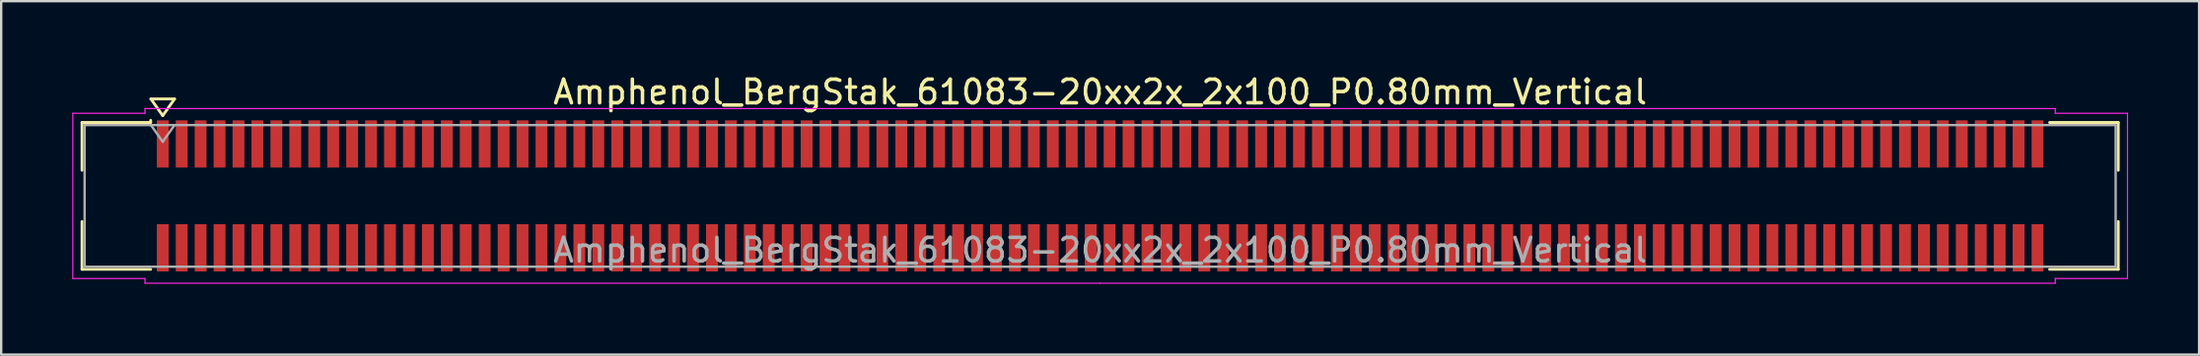
<source format=kicad_pcb>
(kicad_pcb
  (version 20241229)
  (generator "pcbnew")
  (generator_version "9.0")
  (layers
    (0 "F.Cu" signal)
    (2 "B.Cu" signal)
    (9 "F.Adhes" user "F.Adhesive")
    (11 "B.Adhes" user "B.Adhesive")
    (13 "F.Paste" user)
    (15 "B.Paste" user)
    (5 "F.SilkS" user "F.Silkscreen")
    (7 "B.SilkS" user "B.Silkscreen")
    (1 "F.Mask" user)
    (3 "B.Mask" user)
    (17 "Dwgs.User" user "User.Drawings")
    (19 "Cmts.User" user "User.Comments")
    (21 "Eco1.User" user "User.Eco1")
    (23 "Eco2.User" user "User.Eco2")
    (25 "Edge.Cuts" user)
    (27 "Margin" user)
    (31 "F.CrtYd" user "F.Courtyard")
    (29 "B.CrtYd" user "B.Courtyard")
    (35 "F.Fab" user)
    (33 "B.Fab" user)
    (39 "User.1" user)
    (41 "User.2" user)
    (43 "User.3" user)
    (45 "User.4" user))
  (footprint "Amphenol_BergStak_61083-20xx2x_2x100_P0.80mm_Vertical"
    (layer "F.Cu")
    (at 43.425 5.248)
    (property "Reference" "Amphenol_BergStak_61083-20xx2x_2x100_P0.80mm_Vertical" (at 0 -4.4 0) (layer "F.SilkS") (effects (font (size 1 1) (thickness 0.15))))
    (attr smd)
    (fp_line (start -43.01 -3.11) (end -40.11 -3.11) (stroke (width 0.12) (type solid)) (layer "F.SilkS"))
    (fp_line (start -43.01 -1.085) (end -43.01 -3.11) (stroke (width 0.12) (type solid)) (layer "F.SilkS"))
    (fp_line (start -43.01 1.085) (end -43.01 3.11) (stroke (width 0.12) (type solid)) (layer "F.SilkS"))
    (fp_line (start -43.01 3.11) (end -40.11 3.11) (stroke (width 0.12) (type solid)) (layer "F.SilkS"))
    (fp_line (start -40.11 -3.11) (end -40.11 -3.2) (stroke (width 0.12) (type solid)) (layer "F.SilkS"))
    (fp_line (start -40.1 -4.107) (end -39.6 -3.4) (stroke (width 0.12) (type solid)) (layer "F.SilkS"))
    (fp_line (start -39.6 -3.4) (end -39.1 -4.107) (stroke (width 0.12) (type solid)) (layer "F.SilkS"))
    (fp_line (start -39.1 -4.107) (end -40.1 -4.107) (stroke (width 0.12) (type solid)) (layer "F.SilkS"))
    (fp_line (start 43.01 -3.11) (end 40.11 -3.11) (stroke (width 0.12) (type solid)) (layer "F.SilkS"))
    (fp_line (start 43.01 -1.085) (end 43.01 -3.11) (stroke (width 0.12) (type solid)) (layer "F.SilkS"))
    (fp_line (start 43.01 1.085) (end 43.01 3.11) (stroke (width 0.12) (type solid)) (layer "F.SilkS"))
    (fp_line (start 43.01 3.11) (end 40.11 3.11) (stroke (width 0.12) (type solid)) (layer "F.SilkS"))
    (fp_line (start -43.4 -3.5) (end -43.4 3.5) (stroke (width 0.05) (type solid)) (layer "F.CrtYd"))
    (fp_line (start -43.4 3.5) (end -40.35 3.5) (stroke (width 0.05) (type solid)) (layer "F.CrtYd"))
    (fp_line (start -40.35 -3.7) (end -40.35 -3.5) (stroke (width 0.05) (type solid)) (layer "F.CrtYd"))
    (fp_line (start -40.35 -3.5) (end -43.4 -3.5) (stroke (width 0.05) (type solid)) (layer "F.CrtYd"))
    (fp_line (start -40.35 3.5) (end -40.35 3.7) (stroke (width 0.05) (type solid)) (layer "F.CrtYd"))
    (fp_line (start -40.35 3.7) (end 0 3.7) (stroke (width 0.05) (type solid)) (layer "F.CrtYd"))
    (fp_line (start 0 -3.7) (end -40.35 -3.7) (stroke (width 0.05) (type solid)) (layer "F.CrtYd"))
    (fp_line (start 0 -3.7) (end 40.35 -3.7) (stroke (width 0.05) (type solid)) (layer "F.CrtYd"))
    (fp_line (start 40.35 -3.7) (end 40.35 -3.5) (stroke (width 0.05) (type solid)) (layer "F.CrtYd"))
    (fp_line (start 40.35 -3.5) (end 43.4 -3.5) (stroke (width 0.05) (type solid)) (layer "F.CrtYd"))
    (fp_line (start 40.35 3.5) (end 40.35 3.7) (stroke (width 0.05) (type solid)) (layer "F.CrtYd"))
    (fp_line (start 40.35 3.7) (end 0 3.7) (stroke (width 0.05) (type solid)) (layer "F.CrtYd"))
    (fp_line (start 43.4 -3.5) (end 43.4 3.5) (stroke (width 0.05) (type solid)) (layer "F.CrtYd"))
    (fp_line (start 43.4 3.5) (end 40.35 3.5) (stroke (width 0.05) (type solid)) (layer "F.CrtYd"))
    (fp_line (start -42.9 -3) (end -42.9 3) (stroke (width 0.1) (type solid)) (layer "F.Fab"))
    (fp_line (start -42.9 3) (end 42.9 3) (stroke (width 0.1) (type solid)) (layer "F.Fab"))
    (fp_line (start -40.1 -3) (end -39.6 -2.293) (stroke (width 0.1) (type solid)) (layer "F.Fab"))
    (fp_line (start -39.6 -2.293) (end -39.1 -3) (stroke (width 0.1) (type solid)) (layer "F.Fab"))
    (fp_line (start 42.9 -3) (end -42.9 -3) (stroke (width 0.1) (type solid)) (layer "F.Fab"))
    (fp_line (start 42.9 3) (end 42.9 -3) (stroke (width 0.1) (type solid)) (layer "F.Fab"))
    (fp_text user "${REFERENCE}" (at 0 2.3 0) (layer "F.Fab") (effects (font (size 1 1) (thickness 0.15))))
    (pad "1" smd rect (at -39.6 -2.2) (size 0.5 2) (layers "F.Cu" "F.Mask" "F.Paste"))
    (pad "2" smd rect (at -39.6 2.2) (size 0.5 2) (layers "F.Cu" "F.Mask" "F.Paste"))
    (pad "3" smd rect (at -38.8 -2.2) (size 0.5 2) (layers "F.Cu" "F.Mask" "F.Paste"))
    (pad "4" smd rect (at -38.8 2.2) (size 0.5 2) (layers "F.Cu" "F.Mask" "F.Paste"))
    (pad "5" smd rect (at -38 -2.2) (size 0.5 2) (layers "F.Cu" "F.Mask" "F.Paste"))
    (pad "6" smd rect (at -38 2.2) (size 0.5 2) (layers "F.Cu" "F.Mask" "F.Paste"))
    (pad "7" smd rect (at -37.2 -2.2) (size 0.5 2) (layers "F.Cu" "F.Mask" "F.Paste"))
    (pad "8" smd rect (at -37.2 2.2) (size 0.5 2) (layers "F.Cu" "F.Mask" "F.Paste"))
    (pad "9" smd rect (at -36.4 -2.2) (size 0.5 2) (layers "F.Cu" "F.Mask" "F.Paste"))
    (pad "10" smd rect (at -36.4 2.2) (size 0.5 2) (layers "F.Cu" "F.Mask" "F.Paste"))
    (pad "11" smd rect (at -35.6 -2.2) (size 0.5 2) (layers "F.Cu" "F.Mask" "F.Paste"))
    (pad "12" smd rect (at -35.6 2.2) (size 0.5 2) (layers "F.Cu" "F.Mask" "F.Paste"))
    (pad "13" smd rect (at -34.8 -2.2) (size 0.5 2) (layers "F.Cu" "F.Mask" "F.Paste"))
    (pad "14" smd rect (at -34.8 2.2) (size 0.5 2) (layers "F.Cu" "F.Mask" "F.Paste"))
    (pad "15" smd rect (at -34 -2.2) (size 0.5 2) (layers "F.Cu" "F.Mask" "F.Paste"))
    (pad "16" smd rect (at -34 2.2) (size 0.5 2) (layers "F.Cu" "F.Mask" "F.Paste"))
    (pad "17" smd rect (at -33.2 -2.2) (size 0.5 2) (layers "F.Cu" "F.Mask" "F.Paste"))
    (pad "18" smd rect (at -33.2 2.2) (size 0.5 2) (layers "F.Cu" "F.Mask" "F.Paste"))
    (pad "19" smd rect (at -32.4 -2.2) (size 0.5 2) (layers "F.Cu" "F.Mask" "F.Paste"))
    (pad "20" smd rect (at -32.4 2.2) (size 0.5 2) (layers "F.Cu" "F.Mask" "F.Paste"))
    (pad "21" smd rect (at -31.6 -2.2) (size 0.5 2) (layers "F.Cu" "F.Mask" "F.Paste"))
    (pad "22" smd rect (at -31.6 2.2) (size 0.5 2) (layers "F.Cu" "F.Mask" "F.Paste"))
    (pad "23" smd rect (at -30.8 -2.2) (size 0.5 2) (layers "F.Cu" "F.Mask" "F.Paste"))
    (pad "24" smd rect (at -30.8 2.2) (size 0.5 2) (layers "F.Cu" "F.Mask" "F.Paste"))
    (pad "25" smd rect (at -30 -2.2) (size 0.5 2) (layers "F.Cu" "F.Mask" "F.Paste"))
    (pad "26" smd rect (at -30 2.2) (size 0.5 2) (layers "F.Cu" "F.Mask" "F.Paste"))
    (pad "27" smd rect (at -29.2 -2.2) (size 0.5 2) (layers "F.Cu" "F.Mask" "F.Paste"))
    (pad "28" smd rect (at -29.2 2.2) (size 0.5 2) (layers "F.Cu" "F.Mask" "F.Paste"))
    (pad "29" smd rect (at -28.4 -2.2) (size 0.5 2) (layers "F.Cu" "F.Mask" "F.Paste"))
    (pad "30" smd rect (at -28.4 2.2) (size 0.5 2) (layers "F.Cu" "F.Mask" "F.Paste"))
    (pad "31" smd rect (at -27.6 -2.2) (size 0.5 2) (layers "F.Cu" "F.Mask" "F.Paste"))
    (pad "32" smd rect (at -27.6 2.2) (size 0.5 2) (layers "F.Cu" "F.Mask" "F.Paste"))
    (pad "33" smd rect (at -26.8 -2.2) (size 0.5 2) (layers "F.Cu" "F.Mask" "F.Paste"))
    (pad "34" smd rect (at -26.8 2.2) (size 0.5 2) (layers "F.Cu" "F.Mask" "F.Paste"))
    (pad "35" smd rect (at -26 -2.2) (size 0.5 2) (layers "F.Cu" "F.Mask" "F.Paste"))
    (pad "36" smd rect (at -26 2.2) (size 0.5 2) (layers "F.Cu" "F.Mask" "F.Paste"))
    (pad "37" smd rect (at -25.2 -2.2) (size 0.5 2) (layers "F.Cu" "F.Mask" "F.Paste"))
    (pad "38" smd rect (at -25.2 2.2) (size 0.5 2) (layers "F.Cu" "F.Mask" "F.Paste"))
    (pad "39" smd rect (at -24.4 -2.2) (size 0.5 2) (layers "F.Cu" "F.Mask" "F.Paste"))
    (pad "40" smd rect (at -24.4 2.2) (size 0.5 2) (layers "F.Cu" "F.Mask" "F.Paste"))
    (pad "41" smd rect (at -23.6 -2.2) (size 0.5 2) (layers "F.Cu" "F.Mask" "F.Paste"))
    (pad "42" smd rect (at -23.6 2.2) (size 0.5 2) (layers "F.Cu" "F.Mask" "F.Paste"))
    (pad "43" smd rect (at -22.8 -2.2) (size 0.5 2) (layers "F.Cu" "F.Mask" "F.Paste"))
    (pad "44" smd rect (at -22.8 2.2) (size 0.5 2) (layers "F.Cu" "F.Mask" "F.Paste"))
    (pad "45" smd rect (at -22 -2.2) (size 0.5 2) (layers "F.Cu" "F.Mask" "F.Paste"))
    (pad "46" smd rect (at -22 2.2) (size 0.5 2) (layers "F.Cu" "F.Mask" "F.Paste"))
    (pad "47" smd rect (at -21.2 -2.2) (size 0.5 2) (layers "F.Cu" "F.Mask" "F.Paste"))
    (pad "48" smd rect (at -21.2 2.2) (size 0.5 2) (layers "F.Cu" "F.Mask" "F.Paste"))
    (pad "49" smd rect (at -20.4 -2.2) (size 0.5 2) (layers "F.Cu" "F.Mask" "F.Paste"))
    (pad "50" smd rect (at -20.4 2.2) (size 0.5 2) (layers "F.Cu" "F.Mask" "F.Paste"))
    (pad "51" smd rect (at -19.6 -2.2) (size 0.5 2) (layers "F.Cu" "F.Mask" "F.Paste"))
    (pad "52" smd rect (at -19.6 2.2) (size 0.5 2) (layers "F.Cu" "F.Mask" "F.Paste"))
    (pad "53" smd rect (at -18.8 -2.2) (size 0.5 2) (layers "F.Cu" "F.Mask" "F.Paste"))
    (pad "54" smd rect (at -18.8 2.2) (size 0.5 2) (layers "F.Cu" "F.Mask" "F.Paste"))
    (pad "55" smd rect (at -18 -2.2) (size 0.5 2) (layers "F.Cu" "F.Mask" "F.Paste"))
    (pad "56" smd rect (at -18 2.2) (size 0.5 2) (layers "F.Cu" "F.Mask" "F.Paste"))
    (pad "57" smd rect (at -17.2 -2.2) (size 0.5 2) (layers "F.Cu" "F.Mask" "F.Paste"))
    (pad "58" smd rect (at -17.2 2.2) (size 0.5 2) (layers "F.Cu" "F.Mask" "F.Paste"))
    (pad "59" smd rect (at -16.4 -2.2) (size 0.5 2) (layers "F.Cu" "F.Mask" "F.Paste"))
    (pad "60" smd rect (at -16.4 2.2) (size 0.5 2) (layers "F.Cu" "F.Mask" "F.Paste"))
    (pad "61" smd rect (at -15.6 -2.2) (size 0.5 2) (layers "F.Cu" "F.Mask" "F.Paste"))
    (pad "62" smd rect (at -15.6 2.2) (size 0.5 2) (layers "F.Cu" "F.Mask" "F.Paste"))
    (pad "63" smd rect (at -14.8 -2.2) (size 0.5 2) (layers "F.Cu" "F.Mask" "F.Paste"))
    (pad "64" smd rect (at -14.8 2.2) (size 0.5 2) (layers "F.Cu" "F.Mask" "F.Paste"))
    (pad "65" smd rect (at -14 -2.2) (size 0.5 2) (layers "F.Cu" "F.Mask" "F.Paste"))
    (pad "66" smd rect (at -14 2.2) (size 0.5 2) (layers "F.Cu" "F.Mask" "F.Paste"))
    (pad "67" smd rect (at -13.2 -2.2) (size 0.5 2) (layers "F.Cu" "F.Mask" "F.Paste"))
    (pad "68" smd rect (at -13.2 2.2) (size 0.5 2) (layers "F.Cu" "F.Mask" "F.Paste"))
    (pad "69" smd rect (at -12.4 -2.2) (size 0.5 2) (layers "F.Cu" "F.Mask" "F.Paste"))
    (pad "70" smd rect (at -12.4 2.2) (size 0.5 2) (layers "F.Cu" "F.Mask" "F.Paste"))
    (pad "71" smd rect (at -11.6 -2.2) (size 0.5 2) (layers "F.Cu" "F.Mask" "F.Paste"))
    (pad "72" smd rect (at -11.6 2.2) (size 0.5 2) (layers "F.Cu" "F.Mask" "F.Paste"))
    (pad "73" smd rect (at -10.8 -2.2) (size 0.5 2) (layers "F.Cu" "F.Mask" "F.Paste"))
    (pad "74" smd rect (at -10.8 2.2) (size 0.5 2) (layers "F.Cu" "F.Mask" "F.Paste"))
    (pad "75" smd rect (at -10 -2.2) (size 0.5 2) (layers "F.Cu" "F.Mask" "F.Paste"))
    (pad "76" smd rect (at -10 2.2) (size 0.5 2) (layers "F.Cu" "F.Mask" "F.Paste"))
    (pad "77" smd rect (at -9.2 -2.2) (size 0.5 2) (layers "F.Cu" "F.Mask" "F.Paste"))
    (pad "78" smd rect (at -9.2 2.2) (size 0.5 2) (layers "F.Cu" "F.Mask" "F.Paste"))
    (pad "79" smd rect (at -8.4 -2.2) (size 0.5 2) (layers "F.Cu" "F.Mask" "F.Paste"))
    (pad "80" smd rect (at -8.4 2.2) (size 0.5 2) (layers "F.Cu" "F.Mask" "F.Paste"))
    (pad "81" smd rect (at -7.6 -2.2) (size 0.5 2) (layers "F.Cu" "F.Mask" "F.Paste"))
    (pad "82" smd rect (at -7.6 2.2) (size 0.5 2) (layers "F.Cu" "F.Mask" "F.Paste"))
    (pad "83" smd rect (at -6.8 -2.2) (size 0.5 2) (layers "F.Cu" "F.Mask" "F.Paste"))
    (pad "84" smd rect (at -6.8 2.2) (size 0.5 2) (layers "F.Cu" "F.Mask" "F.Paste"))
    (pad "85" smd rect (at -6 -2.2) (size 0.5 2) (layers "F.Cu" "F.Mask" "F.Paste"))
    (pad "86" smd rect (at -6 2.2) (size 0.5 2) (layers "F.Cu" "F.Mask" "F.Paste"))
    (pad "87" smd rect (at -5.2 -2.2) (size 0.5 2) (layers "F.Cu" "F.Mask" "F.Paste"))
    (pad "88" smd rect (at -5.2 2.2) (size 0.5 2) (layers "F.Cu" "F.Mask" "F.Paste"))
    (pad "89" smd rect (at -4.4 -2.2) (size 0.5 2) (layers "F.Cu" "F.Mask" "F.Paste"))
    (pad "90" smd rect (at -4.4 2.2) (size 0.5 2) (layers "F.Cu" "F.Mask" "F.Paste"))
    (pad "91" smd rect (at -3.6 -2.2) (size 0.5 2) (layers "F.Cu" "F.Mask" "F.Paste"))
    (pad "92" smd rect (at -3.6 2.2) (size 0.5 2) (layers "F.Cu" "F.Mask" "F.Paste"))
    (pad "93" smd rect (at -2.8 -2.2) (size 0.5 2) (layers "F.Cu" "F.Mask" "F.Paste"))
    (pad "94" smd rect (at -2.8 2.2) (size 0.5 2) (layers "F.Cu" "F.Mask" "F.Paste"))
    (pad "95" smd rect (at -2 -2.2) (size 0.5 2) (layers "F.Cu" "F.Mask" "F.Paste"))
    (pad "96" smd rect (at -2 2.2) (size 0.5 2) (layers "F.Cu" "F.Mask" "F.Paste"))
    (pad "97" smd rect (at -1.2 -2.2) (size 0.5 2) (layers "F.Cu" "F.Mask" "F.Paste"))
    (pad "98" smd rect (at -1.2 2.2) (size 0.5 2) (layers "F.Cu" "F.Mask" "F.Paste"))
    (pad "99" smd rect (at -0.4 -2.2) (size 0.5 2) (layers "F.Cu" "F.Mask" "F.Paste"))
    (pad "100" smd rect (at -0.4 2.2) (size 0.5 2) (layers "F.Cu" "F.Mask" "F.Paste"))
    (pad "101" smd rect (at 0.4 -2.2) (size 0.5 2) (layers "F.Cu" "F.Mask" "F.Paste"))
    (pad "102" smd rect (at 0.4 2.2) (size 0.5 2) (layers "F.Cu" "F.Mask" "F.Paste"))
    (pad "103" smd rect (at 1.2 -2.2) (size 0.5 2) (layers "F.Cu" "F.Mask" "F.Paste"))
    (pad "104" smd rect (at 1.2 2.2) (size 0.5 2) (layers "F.Cu" "F.Mask" "F.Paste"))
    (pad "105" smd rect (at 2 -2.2) (size 0.5 2) (layers "F.Cu" "F.Mask" "F.Paste"))
    (pad "106" smd rect (at 2 2.2) (size 0.5 2) (layers "F.Cu" "F.Mask" "F.Paste"))
    (pad "107" smd rect (at 2.8 -2.2) (size 0.5 2) (layers "F.Cu" "F.Mask" "F.Paste"))
    (pad "108" smd rect (at 2.8 2.2) (size 0.5 2) (layers "F.Cu" "F.Mask" "F.Paste"))
    (pad "109" smd rect (at 3.6 -2.2) (size 0.5 2) (layers "F.Cu" "F.Mask" "F.Paste"))
    (pad "110" smd rect (at 3.6 2.2) (size 0.5 2) (layers "F.Cu" "F.Mask" "F.Paste"))
    (pad "111" smd rect (at 4.4 -2.2) (size 0.5 2) (layers "F.Cu" "F.Mask" "F.Paste"))
    (pad "112" smd rect (at 4.4 2.2) (size 0.5 2) (layers "F.Cu" "F.Mask" "F.Paste"))
    (pad "113" smd rect (at 5.2 -2.2) (size 0.5 2) (layers "F.Cu" "F.Mask" "F.Paste"))
    (pad "114" smd rect (at 5.2 2.2) (size 0.5 2) (layers "F.Cu" "F.Mask" "F.Paste"))
    (pad "115" smd rect (at 6 -2.2) (size 0.5 2) (layers "F.Cu" "F.Mask" "F.Paste"))
    (pad "116" smd rect (at 6 2.2) (size 0.5 2) (layers "F.Cu" "F.Mask" "F.Paste"))
    (pad "117" smd rect (at 6.8 -2.2) (size 0.5 2) (layers "F.Cu" "F.Mask" "F.Paste"))
    (pad "118" smd rect (at 6.8 2.2) (size 0.5 2) (layers "F.Cu" "F.Mask" "F.Paste"))
    (pad "119" smd rect (at 7.6 -2.2) (size 0.5 2) (layers "F.Cu" "F.Mask" "F.Paste"))
    (pad "120" smd rect (at 7.6 2.2) (size 0.5 2) (layers "F.Cu" "F.Mask" "F.Paste"))
    (pad "121" smd rect (at 8.4 -2.2) (size 0.5 2) (layers "F.Cu" "F.Mask" "F.Paste"))
    (pad "122" smd rect (at 8.4 2.2) (size 0.5 2) (layers "F.Cu" "F.Mask" "F.Paste"))
    (pad "123" smd rect (at 9.2 -2.2) (size 0.5 2) (layers "F.Cu" "F.Mask" "F.Paste"))
    (pad "124" smd rect (at 9.2 2.2) (size 0.5 2) (layers "F.Cu" "F.Mask" "F.Paste"))
    (pad "125" smd rect (at 10 -2.2) (size 0.5 2) (layers "F.Cu" "F.Mask" "F.Paste"))
    (pad "126" smd rect (at 10 2.2) (size 0.5 2) (layers "F.Cu" "F.Mask" "F.Paste"))
    (pad "127" smd rect (at 10.8 -2.2) (size 0.5 2) (layers "F.Cu" "F.Mask" "F.Paste"))
    (pad "128" smd rect (at 10.8 2.2) (size 0.5 2) (layers "F.Cu" "F.Mask" "F.Paste"))
    (pad "129" smd rect (at 11.6 -2.2) (size 0.5 2) (layers "F.Cu" "F.Mask" "F.Paste"))
    (pad "130" smd rect (at 11.6 2.2) (size 0.5 2) (layers "F.Cu" "F.Mask" "F.Paste"))
    (pad "131" smd rect (at 12.4 -2.2) (size 0.5 2) (layers "F.Cu" "F.Mask" "F.Paste"))
    (pad "132" smd rect (at 12.4 2.2) (size 0.5 2) (layers "F.Cu" "F.Mask" "F.Paste"))
    (pad "133" smd rect (at 13.2 -2.2) (size 0.5 2) (layers "F.Cu" "F.Mask" "F.Paste"))
    (pad "134" smd rect (at 13.2 2.2) (size 0.5 2) (layers "F.Cu" "F.Mask" "F.Paste"))
    (pad "135" smd rect (at 14 -2.2) (size 0.5 2) (layers "F.Cu" "F.Mask" "F.Paste"))
    (pad "136" smd rect (at 14 2.2) (size 0.5 2) (layers "F.Cu" "F.Mask" "F.Paste"))
    (pad "137" smd rect (at 14.8 -2.2) (size 0.5 2) (layers "F.Cu" "F.Mask" "F.Paste"))
    (pad "138" smd rect (at 14.8 2.2) (size 0.5 2) (layers "F.Cu" "F.Mask" "F.Paste"))
    (pad "139" smd rect (at 15.6 -2.2) (size 0.5 2) (layers "F.Cu" "F.Mask" "F.Paste"))
    (pad "140" smd rect (at 15.6 2.2) (size 0.5 2) (layers "F.Cu" "F.Mask" "F.Paste"))
    (pad "141" smd rect (at 16.4 -2.2) (size 0.5 2) (layers "F.Cu" "F.Mask" "F.Paste"))
    (pad "142" smd rect (at 16.4 2.2) (size 0.5 2) (layers "F.Cu" "F.Mask" "F.Paste"))
    (pad "143" smd rect (at 17.2 -2.2) (size 0.5 2) (layers "F.Cu" "F.Mask" "F.Paste"))
    (pad "144" smd rect (at 17.2 2.2) (size 0.5 2) (layers "F.Cu" "F.Mask" "F.Paste"))
    (pad "145" smd rect (at 18 -2.2) (size 0.5 2) (layers "F.Cu" "F.Mask" "F.Paste"))
    (pad "146" smd rect (at 18 2.2) (size 0.5 2) (layers "F.Cu" "F.Mask" "F.Paste"))
    (pad "147" smd rect (at 18.8 -2.2) (size 0.5 2) (layers "F.Cu" "F.Mask" "F.Paste"))
    (pad "148" smd rect (at 18.8 2.2) (size 0.5 2) (layers "F.Cu" "F.Mask" "F.Paste"))
    (pad "149" smd rect (at 19.6 -2.2) (size 0.5 2) (layers "F.Cu" "F.Mask" "F.Paste"))
    (pad "150" smd rect (at 19.6 2.2) (size 0.5 2) (layers "F.Cu" "F.Mask" "F.Paste"))
    (pad "151" smd rect (at 20.4 -2.2) (size 0.5 2) (layers "F.Cu" "F.Mask" "F.Paste"))
    (pad "152" smd rect (at 20.4 2.2) (size 0.5 2) (layers "F.Cu" "F.Mask" "F.Paste"))
    (pad "153" smd rect (at 21.2 -2.2) (size 0.5 2) (layers "F.Cu" "F.Mask" "F.Paste"))
    (pad "154" smd rect (at 21.2 2.2) (size 0.5 2) (layers "F.Cu" "F.Mask" "F.Paste"))
    (pad "155" smd rect (at 22 -2.2) (size 0.5 2) (layers "F.Cu" "F.Mask" "F.Paste"))
    (pad "156" smd rect (at 22 2.2) (size 0.5 2) (layers "F.Cu" "F.Mask" "F.Paste"))
    (pad "157" smd rect (at 22.8 -2.2) (size 0.5 2) (layers "F.Cu" "F.Mask" "F.Paste"))
    (pad "158" smd rect (at 22.8 2.2) (size 0.5 2) (layers "F.Cu" "F.Mask" "F.Paste"))
    (pad "159" smd rect (at 23.6 -2.2) (size 0.5 2) (layers "F.Cu" "F.Mask" "F.Paste"))
    (pad "160" smd rect (at 23.6 2.2) (size 0.5 2) (layers "F.Cu" "F.Mask" "F.Paste"))
    (pad "161" smd rect (at 24.4 -2.2) (size 0.5 2) (layers "F.Cu" "F.Mask" "F.Paste"))
    (pad "162" smd rect (at 24.4 2.2) (size 0.5 2) (layers "F.Cu" "F.Mask" "F.Paste"))
    (pad "163" smd rect (at 25.2 -2.2) (size 0.5 2) (layers "F.Cu" "F.Mask" "F.Paste"))
    (pad "164" smd rect (at 25.2 2.2) (size 0.5 2) (layers "F.Cu" "F.Mask" "F.Paste"))
    (pad "165" smd rect (at 26 -2.2) (size 0.5 2) (layers "F.Cu" "F.Mask" "F.Paste"))
    (pad "166" smd rect (at 26 2.2) (size 0.5 2) (layers "F.Cu" "F.Mask" "F.Paste"))
    (pad "167" smd rect (at 26.8 -2.2) (size 0.5 2) (layers "F.Cu" "F.Mask" "F.Paste"))
    (pad "168" smd rect (at 26.8 2.2) (size 0.5 2) (layers "F.Cu" "F.Mask" "F.Paste"))
    (pad "169" smd rect (at 27.6 -2.2) (size 0.5 2) (layers "F.Cu" "F.Mask" "F.Paste"))
    (pad "170" smd rect (at 27.6 2.2) (size 0.5 2) (layers "F.Cu" "F.Mask" "F.Paste"))
    (pad "171" smd rect (at 28.4 -2.2) (size 0.5 2) (layers "F.Cu" "F.Mask" "F.Paste"))
    (pad "172" smd rect (at 28.4 2.2) (size 0.5 2) (layers "F.Cu" "F.Mask" "F.Paste"))
    (pad "173" smd rect (at 29.2 -2.2) (size 0.5 2) (layers "F.Cu" "F.Mask" "F.Paste"))
    (pad "174" smd rect (at 29.2 2.2) (size 0.5 2) (layers "F.Cu" "F.Mask" "F.Paste"))
    (pad "175" smd rect (at 30 -2.2) (size 0.5 2) (layers "F.Cu" "F.Mask" "F.Paste"))
    (pad "176" smd rect (at 30 2.2) (size 0.5 2) (layers "F.Cu" "F.Mask" "F.Paste"))
    (pad "177" smd rect (at 30.8 -2.2) (size 0.5 2) (layers "F.Cu" "F.Mask" "F.Paste"))
    (pad "178" smd rect (at 30.8 2.2) (size 0.5 2) (layers "F.Cu" "F.Mask" "F.Paste"))
    (pad "179" smd rect (at 31.6 -2.2) (size 0.5 2) (layers "F.Cu" "F.Mask" "F.Paste"))
    (pad "180" smd rect (at 31.6 2.2) (size 0.5 2) (layers "F.Cu" "F.Mask" "F.Paste"))
    (pad "181" smd rect (at 32.4 -2.2) (size 0.5 2) (layers "F.Cu" "F.Mask" "F.Paste"))
    (pad "182" smd rect (at 32.4 2.2) (size 0.5 2) (layers "F.Cu" "F.Mask" "F.Paste"))
    (pad "183" smd rect (at 33.2 -2.2) (size 0.5 2) (layers "F.Cu" "F.Mask" "F.Paste"))
    (pad "184" smd rect (at 33.2 2.2) (size 0.5 2) (layers "F.Cu" "F.Mask" "F.Paste"))
    (pad "185" smd rect (at 34 -2.2) (size 0.5 2) (layers "F.Cu" "F.Mask" "F.Paste"))
    (pad "186" smd rect (at 34 2.2) (size 0.5 2) (layers "F.Cu" "F.Mask" "F.Paste"))
    (pad "187" smd rect (at 34.8 -2.2) (size 0.5 2) (layers "F.Cu" "F.Mask" "F.Paste"))
    (pad "188" smd rect (at 34.8 2.2) (size 0.5 2) (layers "F.Cu" "F.Mask" "F.Paste"))
    (pad "189" smd rect (at 35.6 -2.2) (size 0.5 2) (layers "F.Cu" "F.Mask" "F.Paste"))
    (pad "190" smd rect (at 35.6 2.2) (size 0.5 2) (layers "F.Cu" "F.Mask" "F.Paste"))
    (pad "191" smd rect (at 36.4 -2.2) (size 0.5 2) (layers "F.Cu" "F.Mask" "F.Paste"))
    (pad "192" smd rect (at 36.4 2.2) (size 0.5 2) (layers "F.Cu" "F.Mask" "F.Paste"))
    (pad "193" smd rect (at 37.2 -2.2) (size 0.5 2) (layers "F.Cu" "F.Mask" "F.Paste"))
    (pad "194" smd rect (at 37.2 2.2) (size 0.5 2) (layers "F.Cu" "F.Mask" "F.Paste"))
    (pad "195" smd rect (at 38 -2.2) (size 0.5 2) (layers "F.Cu" "F.Mask" "F.Paste"))
    (pad "196" smd rect (at 38 2.2) (size 0.5 2) (layers "F.Cu" "F.Mask" "F.Paste"))
    (pad "197" smd rect (at 38.8 -2.2) (size 0.5 2) (layers "F.Cu" "F.Mask" "F.Paste"))
    (pad "198" smd rect (at 38.8 2.2) (size 0.5 2) (layers "F.Cu" "F.Mask" "F.Paste"))
    (pad "199" smd rect (at 39.6 -2.2) (size 0.5 2) (layers "F.Cu" "F.Mask" "F.Paste"))
    (pad "200" smd rect (at 39.6 2.2) (size 0.5 2) (layers "F.Cu" "F.Mask" "F.Paste")))
  (gr_rect
    (start -3 -3)
    (end 89.85 11.973)
    (stroke (width 0.1) (type default))
    (fill no)
    (layer "Edge.Cuts")))
</source>
